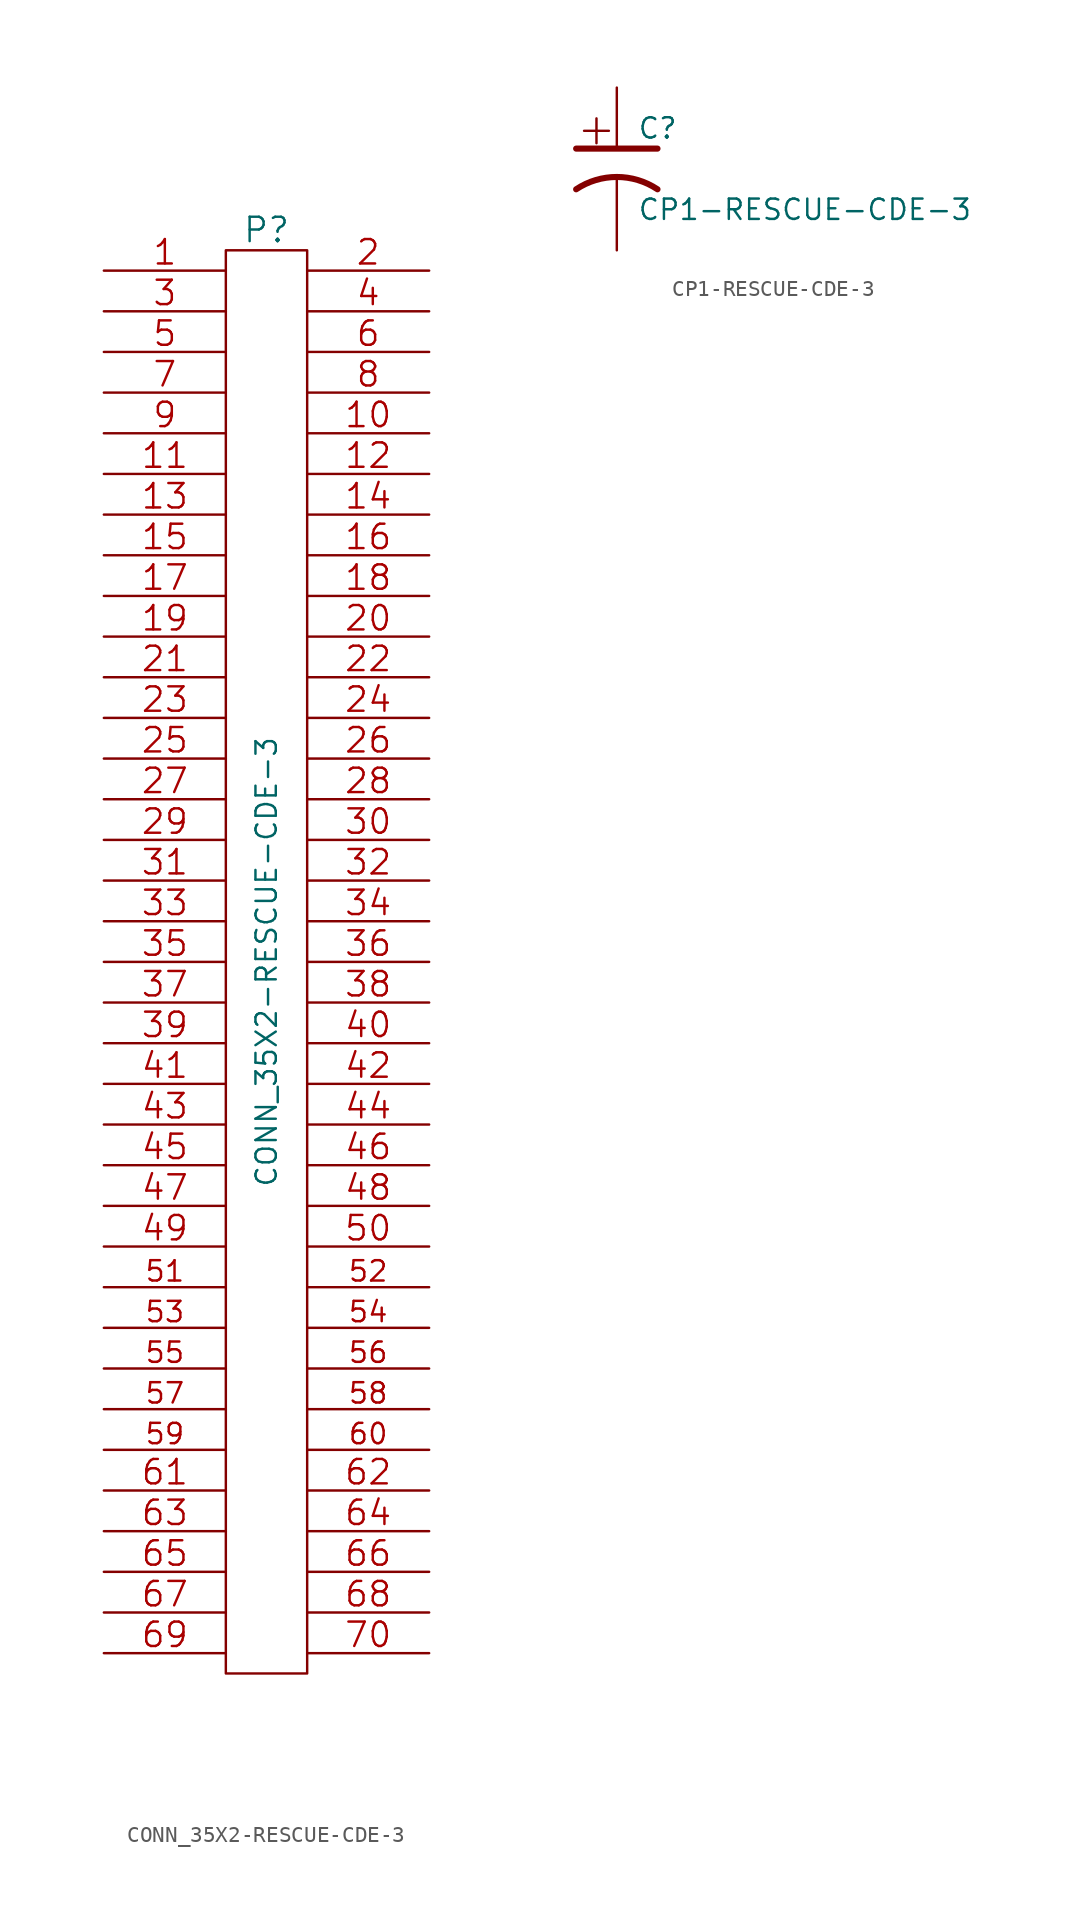
<source format=kicad_sym>
(kicad_symbol_lib
  (version 20241209)
  (generator "kicad_symbol_editor")
  (generator_version "9.0")
  (symbol "CONN_35X2-RESCUE-CDE-3"
    (pin_names
      (offset 0.254)
      (hide yes))
    (property "Reference" "P"
      (at 0 45.72 0)
      (effects (font (size 1.524 1.524))))
    (property "Value" "CONN_35X2-RESCUE-CDE-3"
      (at 0 0 90)
      (effects (font (size 1.27 1.27))))
    (property "Footprint" ""
      (at 0 6.35 0)
      (effects (font (size 1.524 1.524))))
    (property "Datasheet" ""
      (at 0 6.35 0)
      (effects (font (size 1.524 1.524))))
    (symbol "CONN_35X2-RESCUE-CDE-3_0_1"
      (rectangle (start -2.54 -44.45) (end 2.54 44.45) (stroke (width 0) (type solid)) (fill (type none))))
    (symbol "CONN_35X2-RESCUE-CDE-3_1_1"
      (pin passive line (at -10.16 43.18 0) (length 7.62) (name "P1" (effects (font (size 0.762 0.762)))) (number "1" (effects (font (size 1.524 1.524)))))
      (pin passive line (at -10.16 40.64 0) (length 7.62) (name "P3" (effects (font (size 0.762 0.762)))) (number "3" (effects (font (size 1.524 1.524)))))
      (pin passive line (at -10.16 38.1 0) (length 7.62) (name "P5" (effects (font (size 0.762 0.762)))) (number "5" (effects (font (size 1.524 1.524)))))
      (pin passive line (at -10.16 35.56 0) (length 7.62) (name "P7" (effects (font (size 0.762 0.762)))) (number "7" (effects (font (size 1.524 1.524)))))
      (pin passive line (at -10.16 33.02 0) (length 7.62) (name "P9" (effects (font (size 0.762 0.762)))) (number "9" (effects (font (size 1.524 1.524)))))
      (pin passive line (at -10.16 30.48 0) (length 7.62) (name "P11" (effects (font (size 0.762 0.762)))) (number "11" (effects (font (size 1.524 1.524)))))
      (pin passive line (at -10.16 27.94 0) (length 7.62) (name "P13" (effects (font (size 0.762 0.762)))) (number "13" (effects (font (size 1.524 1.524)))))
      (pin passive line (at -10.16 25.4 0) (length 7.62) (name "P15" (effects (font (size 0.762 0.762)))) (number "15" (effects (font (size 1.524 1.524)))))
      (pin passive line (at -10.16 22.86 0) (length 7.62) (name "P17" (effects (font (size 0.762 0.762)))) (number "17" (effects (font (size 1.524 1.524)))))
      (pin passive line (at -10.16 20.32 0) (length 7.62) (name "P19" (effects (font (size 0.762 0.762)))) (number "19" (effects (font (size 1.524 1.524)))))
      (pin passive line (at -10.16 17.78 0) (length 7.62) (name "P21" (effects (font (size 0.762 0.762)))) (number "21" (effects (font (size 1.524 1.524)))))
      (pin passive line (at -10.16 15.24 0) (length 7.62) (name "P23" (effects (font (size 0.762 0.762)))) (number "23" (effects (font (size 1.524 1.524)))))
      (pin passive line (at -10.16 12.7 0) (length 7.62) (name "~" (effects (font (size 0.762 0.762)))) (number "25" (effects (font (size 1.524 1.524)))))
      (pin passive line (at -10.16 10.16 0) (length 7.62) (name "P27" (effects (font (size 0.762 0.762)))) (number "27" (effects (font (size 1.524 1.524)))))
      (pin passive line (at -10.16 7.62 0) (length 7.62) (name "P29" (effects (font (size 0.762 0.762)))) (number "29" (effects (font (size 1.524 1.524)))))
      (pin passive line (at -10.16 5.08 0) (length 7.62) (name "P31" (effects (font (size 0.762 0.762)))) (number "31" (effects (font (size 1.524 1.524)))))
      (pin passive line (at -10.16 2.54 0) (length 7.62) (name "P33" (effects (font (size 0.762 0.762)))) (number "33" (effects (font (size 1.524 1.524)))))
      (pin passive line (at -10.16 0 0) (length 7.62) (name "P35" (effects (font (size 0.762 0.762)))) (number "35" (effects (font (size 1.524 1.524)))))
      (pin passive line (at -10.16 -2.54 0) (length 7.62) (name "P37" (effects (font (size 0.762 0.762)))) (number "37" (effects (font (size 1.524 1.524)))))
      (pin passive line (at -10.16 -5.08 0) (length 7.62) (name "P39" (effects (font (size 0.762 0.762)))) (number "39" (effects (font (size 1.524 1.524)))))
      (pin passive line (at -10.16 -7.62 0) (length 7.62) (name "P41" (effects (font (size 0.762 0.762)))) (number "41" (effects (font (size 1.524 1.524)))))
      (pin passive line (at -10.16 -10.16 0) (length 7.62) (name "P43" (effects (font (size 0.762 0.762)))) (number "43" (effects (font (size 1.524 1.524)))))
      (pin passive line (at -10.16 -12.7 0) (length 7.62) (name "P45" (effects (font (size 0.762 0.762)))) (number "45" (effects (font (size 1.524 1.524)))))
      (pin passive line (at -10.16 -15.24 0) (length 7.62) (name "P47" (effects (font (size 0.762 0.762)))) (number "47" (effects (font (size 1.524 1.524)))))
      (pin passive line (at -10.16 -17.78 0) (length 7.62) (name "P49" (effects (font (size 0.762 0.762)))) (number "49" (effects (font (size 1.524 1.524)))))
      (pin passive line (at -10.16 -20.32 0) (length 7.62) (name "P51" (effects (font (size 1.27 1.27)))) (number "51" (effects (font (size 1.27 1.27)))))
      (pin passive line (at -10.16 -22.86 0) (length 7.62) (name "P53" (effects (font (size 1.27 1.27)))) (number "53" (effects (font (size 1.27 1.27)))))
      (pin passive line (at -10.16 -25.4 0) (length 7.62) (name "P55" (effects (font (size 1.27 1.27)))) (number "55" (effects (font (size 1.27 1.27)))))
      (pin passive line (at -10.16 -27.94 0) (length 7.62) (name "P57" (effects (font (size 1.27 1.27)))) (number "57" (effects (font (size 1.27 1.27)))))
      (pin passive line (at -10.16 -30.48 0) (length 7.62) (name "P59" (effects (font (size 1.27 1.27)))) (number "59" (effects (font (size 1.27 1.27)))))
      (pin passive line (at -10.16 -33.02 0) (length 7.62) (name "P61" (effects (font (size 0.762 0.762)))) (number "61" (effects (font (size 1.524 1.524)))))
      (pin passive line (at -10.16 -35.56 0) (length 7.62) (name "P63" (effects (font (size 0.762 0.762)))) (number "63" (effects (font (size 1.524 1.524)))))
      (pin passive line (at -10.16 -38.1 0) (length 7.62) (name "P65" (effects (font (size 0.762 0.762)))) (number "65" (effects (font (size 1.524 1.524)))))
      (pin passive line (at -10.16 -40.64 0) (length 7.62) (name "P67" (effects (font (size 0.762 0.762)))) (number "67" (effects (font (size 1.524 1.524)))))
      (pin passive line (at -10.16 -43.18 0) (length 7.62) (name "P69" (effects (font (size 0.762 0.762)))) (number "69" (effects (font (size 1.524 1.524)))))
      (pin passive line (at 10.16 43.18 180) (length 7.62) (name "P2" (effects (font (size 0.762 0.762)))) (number "2" (effects (font (size 1.524 1.524)))))
      (pin passive line (at 10.16 40.64 180) (length 7.62) (name "P4" (effects (font (size 0.762 0.762)))) (number "4" (effects (font (size 1.524 1.524)))))
      (pin passive line (at 10.16 38.1 180) (length 7.62) (name "P6" (effects (font (size 0.762 0.762)))) (number "6" (effects (font (size 1.524 1.524)))))
      (pin passive line (at 10.16 35.56 180) (length 7.62) (name "P8" (effects (font (size 0.762 0.762)))) (number "8" (effects (font (size 1.524 1.524)))))
      (pin passive line (at 10.16 33.02 180) (length 7.62) (name "P10" (effects (font (size 0.762 0.762)))) (number "10" (effects (font (size 1.524 1.524)))))
      (pin passive line (at 10.16 30.48 180) (length 7.62) (name "P12" (effects (font (size 0.762 0.762)))) (number "12" (effects (font (size 1.524 1.524)))))
      (pin passive line (at 10.16 27.94 180) (length 7.62) (name "P14" (effects (font (size 0.762 0.762)))) (number "14" (effects (font (size 1.524 1.524)))))
      (pin passive line (at 10.16 25.4 180) (length 7.62) (name "P16" (effects (font (size 0.762 0.762)))) (number "16" (effects (font (size 1.524 1.524)))))
      (pin passive line (at 10.16 22.86 180) (length 7.62) (name "P18" (effects (font (size 0.762 0.762)))) (number "18" (effects (font (size 1.524 1.524)))))
      (pin passive line (at 10.16 20.32 180) (length 7.62) (name "P20" (effects (font (size 0.762 0.762)))) (number "20" (effects (font (size 1.524 1.524)))))
      (pin passive line (at 10.16 17.78 180) (length 7.62) (name "P22" (effects (font (size 0.762 0.762)))) (number "22" (effects (font (size 1.524 1.524)))))
      (pin passive line (at 10.16 15.24 180) (length 7.62) (name "P24" (effects (font (size 0.762 0.762)))) (number "24" (effects (font (size 1.524 1.524)))))
      (pin passive line (at 10.16 12.7 180) (length 7.62) (name "P26" (effects (font (size 0.762 0.762)))) (number "26" (effects (font (size 1.524 1.524)))))
      (pin passive line (at 10.16 10.16 180) (length 7.62) (name "P28" (effects (font (size 0.762 0.762)))) (number "28" (effects (font (size 1.524 1.524)))))
      (pin passive line (at 10.16 7.62 180) (length 7.62) (name "P30" (effects (font (size 0.762 0.762)))) (number "30" (effects (font (size 1.524 1.524)))))
      (pin passive line (at 10.16 5.08 180) (length 7.62) (name "P32" (effects (font (size 0.762 0.762)))) (number "32" (effects (font (size 1.524 1.524)))))
      (pin passive line (at 10.16 2.54 180) (length 7.62) (name "P34" (effects (font (size 0.762 0.762)))) (number "34" (effects (font (size 1.524 1.524)))))
      (pin passive line (at 10.16 0 180) (length 7.62) (name "P36" (effects (font (size 0.762 0.762)))) (number "36" (effects (font (size 1.524 1.524)))))
      (pin passive line (at 10.16 -2.54 180) (length 7.62) (name "P38" (effects (font (size 0.762 0.762)))) (number "38" (effects (font (size 1.524 1.524)))))
      (pin passive line (at 10.16 -5.08 180) (length 7.62) (name "P40" (effects (font (size 0.762 0.762)))) (number "40" (effects (font (size 1.524 1.524)))))
      (pin passive line (at 10.16 -7.62 180) (length 7.62) (name "P42" (effects (font (size 0.762 0.762)))) (number "42" (effects (font (size 1.524 1.524)))))
      (pin passive line (at 10.16 -10.16 180) (length 7.62) (name "P44" (effects (font (size 0.762 0.762)))) (number "44" (effects (font (size 1.524 1.524)))))
      (pin passive line (at 10.16 -12.7 180) (length 7.62) (name "P46" (effects (font (size 0.762 0.762)))) (number "46" (effects (font (size 1.524 1.524)))))
      (pin passive line (at 10.16 -15.24 180) (length 7.62) (name "P48" (effects (font (size 0.762 0.762)))) (number "48" (effects (font (size 1.524 1.524)))))
      (pin passive line (at 10.16 -17.78 180) (length 7.62) (name "P50" (effects (font (size 0.762 0.762)))) (number "50" (effects (font (size 1.524 1.524)))))
      (pin passive line (at 10.16 -20.32 180) (length 7.62) (name "P52" (effects (font (size 1.27 1.27)))) (number "52" (effects (font (size 1.27 1.27)))))
      (pin passive line (at 10.16 -22.86 180) (length 7.62) (name "P54" (effects (font (size 1.27 1.27)))) (number "54" (effects (font (size 1.27 1.27)))))
      (pin passive line (at 10.16 -25.4 180) (length 7.62) (name "P56" (effects (font (size 1.27 1.27)))) (number "56" (effects (font (size 1.27 1.27)))))
      (pin passive line (at 10.16 -27.94 180) (length 7.62) (name "P58" (effects (font (size 1.27 1.27)))) (number "58" (effects (font (size 1.27 1.27)))))
      (pin passive line (at 10.16 -30.48 180) (length 7.62) (name "P60" (effects (font (size 1.27 1.27)))) (number "60" (effects (font (size 1.27 1.27)))))
      (pin passive line (at 10.16 -33.02 180) (length 7.62) (name "P62" (effects (font (size 0.762 0.762)))) (number "62" (effects (font (size 1.524 1.524)))))
      (pin passive line (at 10.16 -35.56 180) (length 7.62) (name "P64" (effects (font (size 0.762 0.762)))) (number "64" (effects (font (size 1.524 1.524)))))
      (pin passive line (at 10.16 -38.1 180) (length 7.62) (name "P66" (effects (font (size 0.762 0.762)))) (number "66" (effects (font (size 1.524 1.524)))))
      (pin passive line (at 10.16 -40.64 180) (length 7.62) (name "P68" (effects (font (size 0.762 0.762)))) (number "68" (effects (font (size 1.524 1.524)))))
      (pin passive line (at 10.16 -43.18 180) (length 7.62) (name "P70" (effects (font (size 0.762 0.762)))) (number "70" (effects (font (size 1.524 1.524)))))))
  (symbol "CP1-RESCUE-CDE-3"
    (pin_numbers
      (hide yes))
    (pin_names
      (offset 0.254)
      (hide yes))
    (property "Reference" "C"
      (at 1.27 2.54 0)
      (effects (font (size 1.27 1.27)) (justify left)))
    (property "Value" "CP1-RESCUE-CDE-3"
      (at 1.27 -2.54 0)
      (effects (font (size 1.27 1.27)) (justify left)))
    (property "Footprint" ""
      (at 0 0 0)
      (effects (font (size 1.524 1.524))))
    (property "Datasheet" ""
      (at 0 0 0)
      (effects (font (size 1.524 1.524))))
    (symbol "CP1-RESCUE-CDE-3_0_0"
      (text "+" (at -1.27 2.54 0) (effects (font (size 2.032 2.032)))))
    (symbol "CP1-RESCUE-CDE-3_0_1"
      (polyline (pts (xy -2.54 1.27) (xy 2.54 1.27) (xy 1.27 1.27) (xy 1.27 1.27)) (stroke (width 0.381) (type solid)) (fill (type none)))
      (arc (start -2.54 -1.27) (mid 0 -0.5009) (end 2.54 -1.27) (stroke (width 0.381) (type solid)) (fill (type none))))
    (symbol "CP1-RESCUE-CDE-3_1_1"
      (pin passive line (at 0 5.08 270) (length 3.81) (name "~" (effects (font (size 1.016 1.016)))) (number "1" (effects (font (size 1.016 1.016)))))
      (pin passive line (at 0 -5.08 90) (length 4.572) (name "~" (effects (font (size 1.016 1.016)))) (number "2" (effects (font (size 1.016 1.016))))))))
</source>
